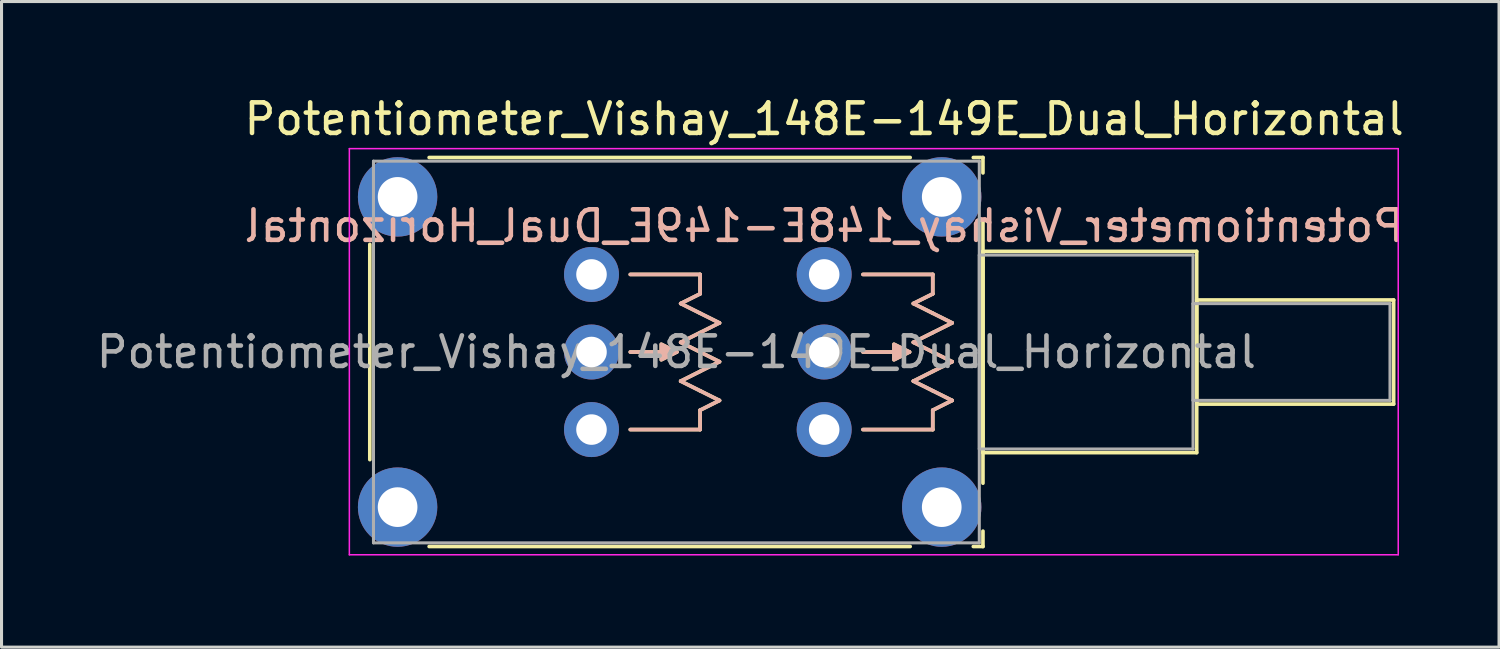
<source format=kicad_pcb>
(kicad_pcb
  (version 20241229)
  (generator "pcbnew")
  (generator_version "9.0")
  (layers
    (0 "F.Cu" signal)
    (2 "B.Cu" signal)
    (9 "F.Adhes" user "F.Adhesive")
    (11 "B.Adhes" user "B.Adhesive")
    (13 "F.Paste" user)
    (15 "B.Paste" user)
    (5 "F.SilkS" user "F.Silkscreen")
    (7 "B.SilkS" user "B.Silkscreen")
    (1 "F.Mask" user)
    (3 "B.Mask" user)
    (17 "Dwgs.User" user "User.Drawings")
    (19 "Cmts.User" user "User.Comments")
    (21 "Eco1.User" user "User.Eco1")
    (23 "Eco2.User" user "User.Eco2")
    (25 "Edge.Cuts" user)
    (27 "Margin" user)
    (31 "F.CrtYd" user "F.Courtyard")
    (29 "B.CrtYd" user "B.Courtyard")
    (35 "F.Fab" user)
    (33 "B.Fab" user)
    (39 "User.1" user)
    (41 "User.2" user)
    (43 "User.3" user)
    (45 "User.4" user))
  (footprint "Potentiometer_Vishay_148E-149E_Dual_Horizontal"
    (layer "F.Cu")
    (at 23.941 11.018)
    (property "Reference" "Potentiometer_Vishay_148E-149E_Dual_Horizontal" (at 0 -10.17 0) (layer "F.SilkS") (effects (font (size 1 1) (thickness 0.15))))
    (attr through_hole)
    (fp_line (start -14.88 -6.065) (end -14.88 0.985) (stroke (width 0.12) (type solid)) (layer "F.SilkS"))
    (fp_line (start -12.937 -8.91) (end 2.817 -8.91) (stroke (width 0.12) (type solid)) (layer "F.SilkS"))
    (fp_line (start -12.937 3.83) (end 2.817 3.83) (stroke (width 0.12) (type solid)) (layer "F.SilkS"))
    (fp_line (start -6.35 -5.08) (end -4.064 -5.08) (stroke (width 0.12) (type solid)) (layer "F.SilkS"))
    (fp_line (start -6.35 0) (end -4.064 0) (stroke (width 0.12) (type solid)) (layer "F.SilkS"))
    (fp_line (start -4.826 -2.54) (end -6.35 -2.54) (stroke (width 0.12) (type solid)) (layer "F.SilkS"))
    (fp_line (start -4.699 -4.128) (end -4.064 -3.81) (stroke (width 0.12) (type solid)) (layer "F.SilkS"))
    (fp_line (start -4.699 -2.857) (end -4.064 -2.54) (stroke (width 0.12) (type solid)) (layer "F.SilkS"))
    (fp_line (start -4.699 -1.587) (end -4.064 -1.27) (stroke (width 0.12) (type solid)) (layer "F.SilkS"))
    (fp_line (start -4.064 -5.08) (end -4.064 -4.445) (stroke (width 0.12) (type solid)) (layer "F.SilkS"))
    (fp_line (start -4.064 -4.445) (end -4.699 -4.128) (stroke (width 0.12) (type solid)) (layer "F.SilkS"))
    (fp_line (start -4.064 -3.175) (end -4.699 -2.857) (stroke (width 0.12) (type solid)) (layer "F.SilkS"))
    (fp_line (start -4.064 -3.175) (end -3.429 -3.493) (stroke (width 0.12) (type solid)) (layer "F.SilkS"))
    (fp_line (start -4.064 -1.905) (end -4.699 -1.587) (stroke (width 0.12) (type solid)) (layer "F.SilkS"))
    (fp_line (start -4.064 -1.905) (end -3.429 -2.223) (stroke (width 0.12) (type solid)) (layer "F.SilkS"))
    (fp_line (start -4.064 -0.635) (end -3.429 -0.953) (stroke (width 0.12) (type solid)) (layer "F.SilkS"))
    (fp_line (start -4.064 0) (end -4.064 -0.635) (stroke (width 0.12) (type solid)) (layer "F.SilkS"))
    (fp_line (start -3.429 -3.493) (end -4.064 -3.81) (stroke (width 0.12) (type solid)) (layer "F.SilkS"))
    (fp_line (start -3.429 -2.223) (end -4.064 -2.54) (stroke (width 0.12) (type solid)) (layer "F.SilkS"))
    (fp_line (start -3.429 -0.953) (end -4.064 -1.27) (stroke (width 0.12) (type solid)) (layer "F.SilkS"))
    (fp_line (start 1.27 -5.08) (end 3.556 -5.08) (stroke (width 0.12) (type solid)) (layer "F.SilkS"))
    (fp_line (start 1.27 0) (end 3.556 0) (stroke (width 0.12) (type solid)) (layer "F.SilkS"))
    (fp_line (start 2.794 -2.54) (end 1.27 -2.54) (stroke (width 0.12) (type solid)) (layer "F.SilkS"))
    (fp_line (start 2.921 -4.128) (end 3.556 -3.81) (stroke (width 0.12) (type solid)) (layer "F.SilkS"))
    (fp_line (start 2.921 -2.857) (end 3.556 -2.54) (stroke (width 0.12) (type solid)) (layer "F.SilkS"))
    (fp_line (start 2.921 -1.587) (end 3.556 -1.27) (stroke (width 0.12) (type solid)) (layer "F.SilkS"))
    (fp_line (start 3.556 -5.08) (end 3.556 -4.445) (stroke (width 0.12) (type solid)) (layer "F.SilkS"))
    (fp_line (start 3.556 -4.445) (end 2.921 -4.128) (stroke (width 0.12) (type solid)) (layer "F.SilkS"))
    (fp_line (start 3.556 -3.175) (end 2.921 -2.857) (stroke (width 0.12) (type solid)) (layer "F.SilkS"))
    (fp_line (start 3.556 -3.175) (end 4.191 -3.493) (stroke (width 0.12) (type solid)) (layer "F.SilkS"))
    (fp_line (start 3.556 -1.905) (end 2.921 -1.587) (stroke (width 0.12) (type solid)) (layer "F.SilkS"))
    (fp_line (start 3.556 -1.905) (end 4.191 -2.223) (stroke (width 0.12) (type solid)) (layer "F.SilkS"))
    (fp_line (start 3.556 -0.635) (end 4.191 -0.953) (stroke (width 0.12) (type solid)) (layer "F.SilkS"))
    (fp_line (start 3.556 0) (end 3.556 -0.635) (stroke (width 0.12) (type solid)) (layer "F.SilkS"))
    (fp_line (start 4.191 -3.493) (end 3.556 -3.81) (stroke (width 0.12) (type solid)) (layer "F.SilkS"))
    (fp_line (start 4.191 -2.223) (end 3.556 -2.54) (stroke (width 0.12) (type solid)) (layer "F.SilkS"))
    (fp_line (start 4.191 -0.953) (end 3.556 -1.27) (stroke (width 0.12) (type solid)) (layer "F.SilkS"))
    (fp_line (start 4.884 -8.91) (end 5.2 -8.91) (stroke (width 0.12) (type solid)) (layer "F.SilkS"))
    (fp_line (start 4.884 3.83) (end 5.2 3.83) (stroke (width 0.12) (type solid)) (layer "F.SilkS"))
    (fp_line (start 5.2 -8.91) (end 5.2 -8.405) (stroke (width 0.12) (type solid)) (layer "F.SilkS"))
    (fp_line (start 5.2 -6.836) (end 5.2 1.756) (stroke (width 0.12) (type solid)) (layer "F.SilkS"))
    (fp_line (start 5.2 -5.835) (end 5.2 0.755) (stroke (width 0.12) (type solid)) (layer "F.SilkS"))
    (fp_line (start 5.2 -5.835) (end 12.2 -5.835) (stroke (width 0.12) (type solid)) (layer "F.SilkS"))
    (fp_line (start 5.2 0.755) (end 12.2 0.755) (stroke (width 0.12) (type solid)) (layer "F.SilkS"))
    (fp_line (start 5.2 3.326) (end 5.2 3.83) (stroke (width 0.12) (type solid)) (layer "F.SilkS"))
    (fp_line (start 12.2 -5.835) (end 12.2 0.755) (stroke (width 0.12) (type solid)) (layer "F.SilkS"))
    (fp_line (start 12.2 -4.244) (end 12.2 -0.835) (stroke (width 0.12) (type solid)) (layer "F.SilkS"))
    (fp_line (start 12.2 -4.244) (end 18.65 -4.244) (stroke (width 0.12) (type solid)) (layer "F.SilkS"))
    (fp_line (start 12.2 -0.835) (end 18.65 -0.835) (stroke (width 0.12) (type solid)) (layer "F.SilkS"))
    (fp_line (start 18.65 -4.244) (end 18.65 -0.835) (stroke (width 0.12) (type solid)) (layer "F.SilkS"))
    (fp_poly (pts (xy -4.826 -2.54) (xy -5.334 -2.286) (xy -5.334 -2.794)) (stroke (width 0.12) (type solid)) (fill yes) (layer "F.SilkS"))
    (fp_poly (pts (xy 2.794 -2.54) (xy 2.286 -2.286) (xy 2.286 -2.794)) (stroke (width 0.12) (type solid)) (fill yes) (layer "F.SilkS"))
    (fp_line (start -6.35 -5.08) (end -4.064 -5.08) (stroke (width 0.12) (type solid)) (layer "B.SilkS"))
    (fp_line (start -6.35 -2.54) (end -4.826 -2.54) (stroke (width 0.12) (type solid)) (layer "B.SilkS"))
    (fp_line (start -4.699 -4.128) (end -3.429 -3.493) (stroke (width 0.12) (type solid)) (layer "B.SilkS"))
    (fp_line (start -4.699 -2.857) (end -3.429 -2.223) (stroke (width 0.12) (type solid)) (layer "B.SilkS"))
    (fp_line (start -4.699 -1.587) (end -3.429 -0.953) (stroke (width 0.12) (type solid)) (layer "B.SilkS"))
    (fp_line (start -4.064 -5.08) (end -4.064 -4.445) (stroke (width 0.12) (type solid)) (layer "B.SilkS"))
    (fp_line (start -4.064 -4.445) (end -4.699 -4.128) (stroke (width 0.12) (type solid)) (layer "B.SilkS"))
    (fp_line (start -4.064 -0.635) (end -4.064 0) (stroke (width 0.12) (type solid)) (layer "B.SilkS"))
    (fp_line (start -4.064 0) (end -6.35 0) (stroke (width 0.12) (type solid)) (layer "B.SilkS"))
    (fp_line (start -3.429 -3.493) (end -4.699 -2.857) (stroke (width 0.12) (type solid)) (layer "B.SilkS"))
    (fp_line (start -3.429 -2.223) (end -4.699 -1.587) (stroke (width 0.12) (type solid)) (layer "B.SilkS"))
    (fp_line (start -3.429 -0.953) (end -4.064 -0.635) (stroke (width 0.12) (type solid)) (layer "B.SilkS"))
    (fp_line (start 1.27 -5.08) (end 3.556 -5.08) (stroke (width 0.12) (type solid)) (layer "B.SilkS"))
    (fp_line (start 1.27 -2.54) (end 2.794 -2.54) (stroke (width 0.12) (type solid)) (layer "B.SilkS"))
    (fp_line (start 2.921 -4.128) (end 4.191 -3.493) (stroke (width 0.12) (type solid)) (layer "B.SilkS"))
    (fp_line (start 2.921 -2.857) (end 4.191 -2.223) (stroke (width 0.12) (type solid)) (layer "B.SilkS"))
    (fp_line (start 2.921 -1.587) (end 4.191 -0.953) (stroke (width 0.12) (type solid)) (layer "B.SilkS"))
    (fp_line (start 3.556 -5.08) (end 3.556 -4.445) (stroke (width 0.12) (type solid)) (layer "B.SilkS"))
    (fp_line (start 3.556 -4.445) (end 2.921 -4.128) (stroke (width 0.12) (type solid)) (layer "B.SilkS"))
    (fp_line (start 3.556 -0.635) (end 3.556 0) (stroke (width 0.12) (type solid)) (layer "B.SilkS"))
    (fp_line (start 3.556 0) (end 1.27 0) (stroke (width 0.12) (type solid)) (layer "B.SilkS"))
    (fp_line (start 4.191 -3.493) (end 2.921 -2.857) (stroke (width 0.12) (type solid)) (layer "B.SilkS"))
    (fp_line (start 4.191 -2.223) (end 2.921 -1.587) (stroke (width 0.12) (type solid)) (layer "B.SilkS"))
    (fp_line (start 4.191 -0.953) (end 3.556 -0.635) (stroke (width 0.12) (type solid)) (layer "B.SilkS"))
    (fp_poly (pts (xy -4.826 -2.54) (xy -5.334 -2.286) (xy -5.334 -2.794)) (stroke (width 0.12) (type solid)) (fill yes) (layer "B.SilkS"))
    (fp_poly (pts (xy 2.794 -2.54) (xy 2.286 -2.286) (xy 2.286 -2.794)) (stroke (width 0.12) (type solid)) (fill yes) (layer "B.SilkS"))
    (fp_line (start -15.55 -9.2) (end -15.55 4.1) (stroke (width 0.05) (type solid)) (layer "F.CrtYd"))
    (fp_line (start -15.55 4.1) (end 18.8 4.1) (stroke (width 0.05) (type solid)) (layer "F.CrtYd"))
    (fp_line (start 18.8 -9.2) (end -15.55 -9.2) (stroke (width 0.05) (type solid)) (layer "F.CrtYd"))
    (fp_line (start 18.8 4.1) (end 18.8 -9.2) (stroke (width 0.05) (type solid)) (layer "F.CrtYd"))
    (fp_line (start -14.76 -8.79) (end -14.76 3.71) (stroke (width 0.1) (type solid)) (layer "F.Fab"))
    (fp_line (start -14.76 3.71) (end 5.08 3.71) (stroke (width 0.1) (type solid)) (layer "F.Fab"))
    (fp_line (start 5.08 -8.79) (end -14.76 -8.79) (stroke (width 0.1) (type solid)) (layer "F.Fab"))
    (fp_line (start 5.08 -5.715) (end 5.08 0.635) (stroke (width 0.1) (type solid)) (layer "F.Fab"))
    (fp_line (start 5.08 0.635) (end 12.08 0.635) (stroke (width 0.1) (type solid)) (layer "F.Fab"))
    (fp_line (start 5.08 3.71) (end 5.08 -8.79) (stroke (width 0.1) (type solid)) (layer "F.Fab"))
    (fp_line (start 12.08 -5.715) (end 5.08 -5.715) (stroke (width 0.1) (type solid)) (layer "F.Fab"))
    (fp_line (start 12.08 -4.125) (end 12.08 -0.955) (stroke (width 0.1) (type solid)) (layer "F.Fab"))
    (fp_line (start 12.08 -0.955) (end 18.53 -0.955) (stroke (width 0.1) (type solid)) (layer "F.Fab"))
    (fp_line (start 12.08 0.635) (end 12.08 -5.715) (stroke (width 0.1) (type solid)) (layer "F.Fab"))
    (fp_line (start 18.53 -4.125) (end 12.08 -4.125) (stroke (width 0.1) (type solid)) (layer "F.Fab"))
    (fp_line (start 18.53 -0.955) (end 18.53 -4.125) (stroke (width 0.1) (type solid)) (layer "F.Fab"))
    (fp_text user "${REFERENCE}" (at 0 -6.668 0) (unlocked yes) (layer "B.SilkS") (effects (font (size 1 1) (thickness 0.15)) (justify mirror)))
    (fp_text user "${REFERENCE}" (at -4.84 -2.54 0) (layer "F.Fab") (effects (font (size 1 1) (thickness 0.15))))
    (pad "" thru_hole circle (at -13.97 -7.62) (size 2.6 2.6) (drill 1.3) (layers "*.Cu" "*.Mask"))
    (pad "" thru_hole circle (at -13.97 2.54) (size 2.6 2.6) (drill 1.3) (layers "*.Cu" "*.Mask"))
    (pad "" thru_hole circle (at 3.85 -7.62) (size 2.6 2.6) (drill 1.3) (layers "*.Cu" "*.Mask"))
    (pad "" thru_hole circle (at 3.85 2.54) (size 2.6 2.6) (drill 1.3) (layers "*.Cu" "*.Mask"))
    (pad "1" thru_hole circle (at 0 0) (size 1.8 1.8) (drill 1) (layers "*.Cu" "*.Mask"))
    (pad "2" thru_hole circle (at 0 -2.54) (size 1.8 1.8) (drill 1) (layers "*.Cu" "*.Mask"))
    (pad "3" thru_hole circle (at 0 -5.08) (size 1.8 1.8) (drill 1) (layers "*.Cu" "*.Mask"))
    (pad "4" thru_hole circle (at -7.62 0) (size 1.8 1.8) (drill 1) (layers "*.Cu" "*.Mask"))
    (pad "5" thru_hole circle (at -7.62 -2.54) (size 1.8 1.8) (drill 1) (layers "*.Cu" "*.Mask"))
    (pad "6" thru_hole circle (at -7.62 -5.08) (size 1.8 1.8) (drill 1) (layers "*.Cu" "*.Mask")))
  (gr_rect
    (start -3 -3)
    (end 46.042 18.143)
    (stroke (width 0.1) (type default))
    (fill no)
    (layer "Edge.Cuts")))
</source>
